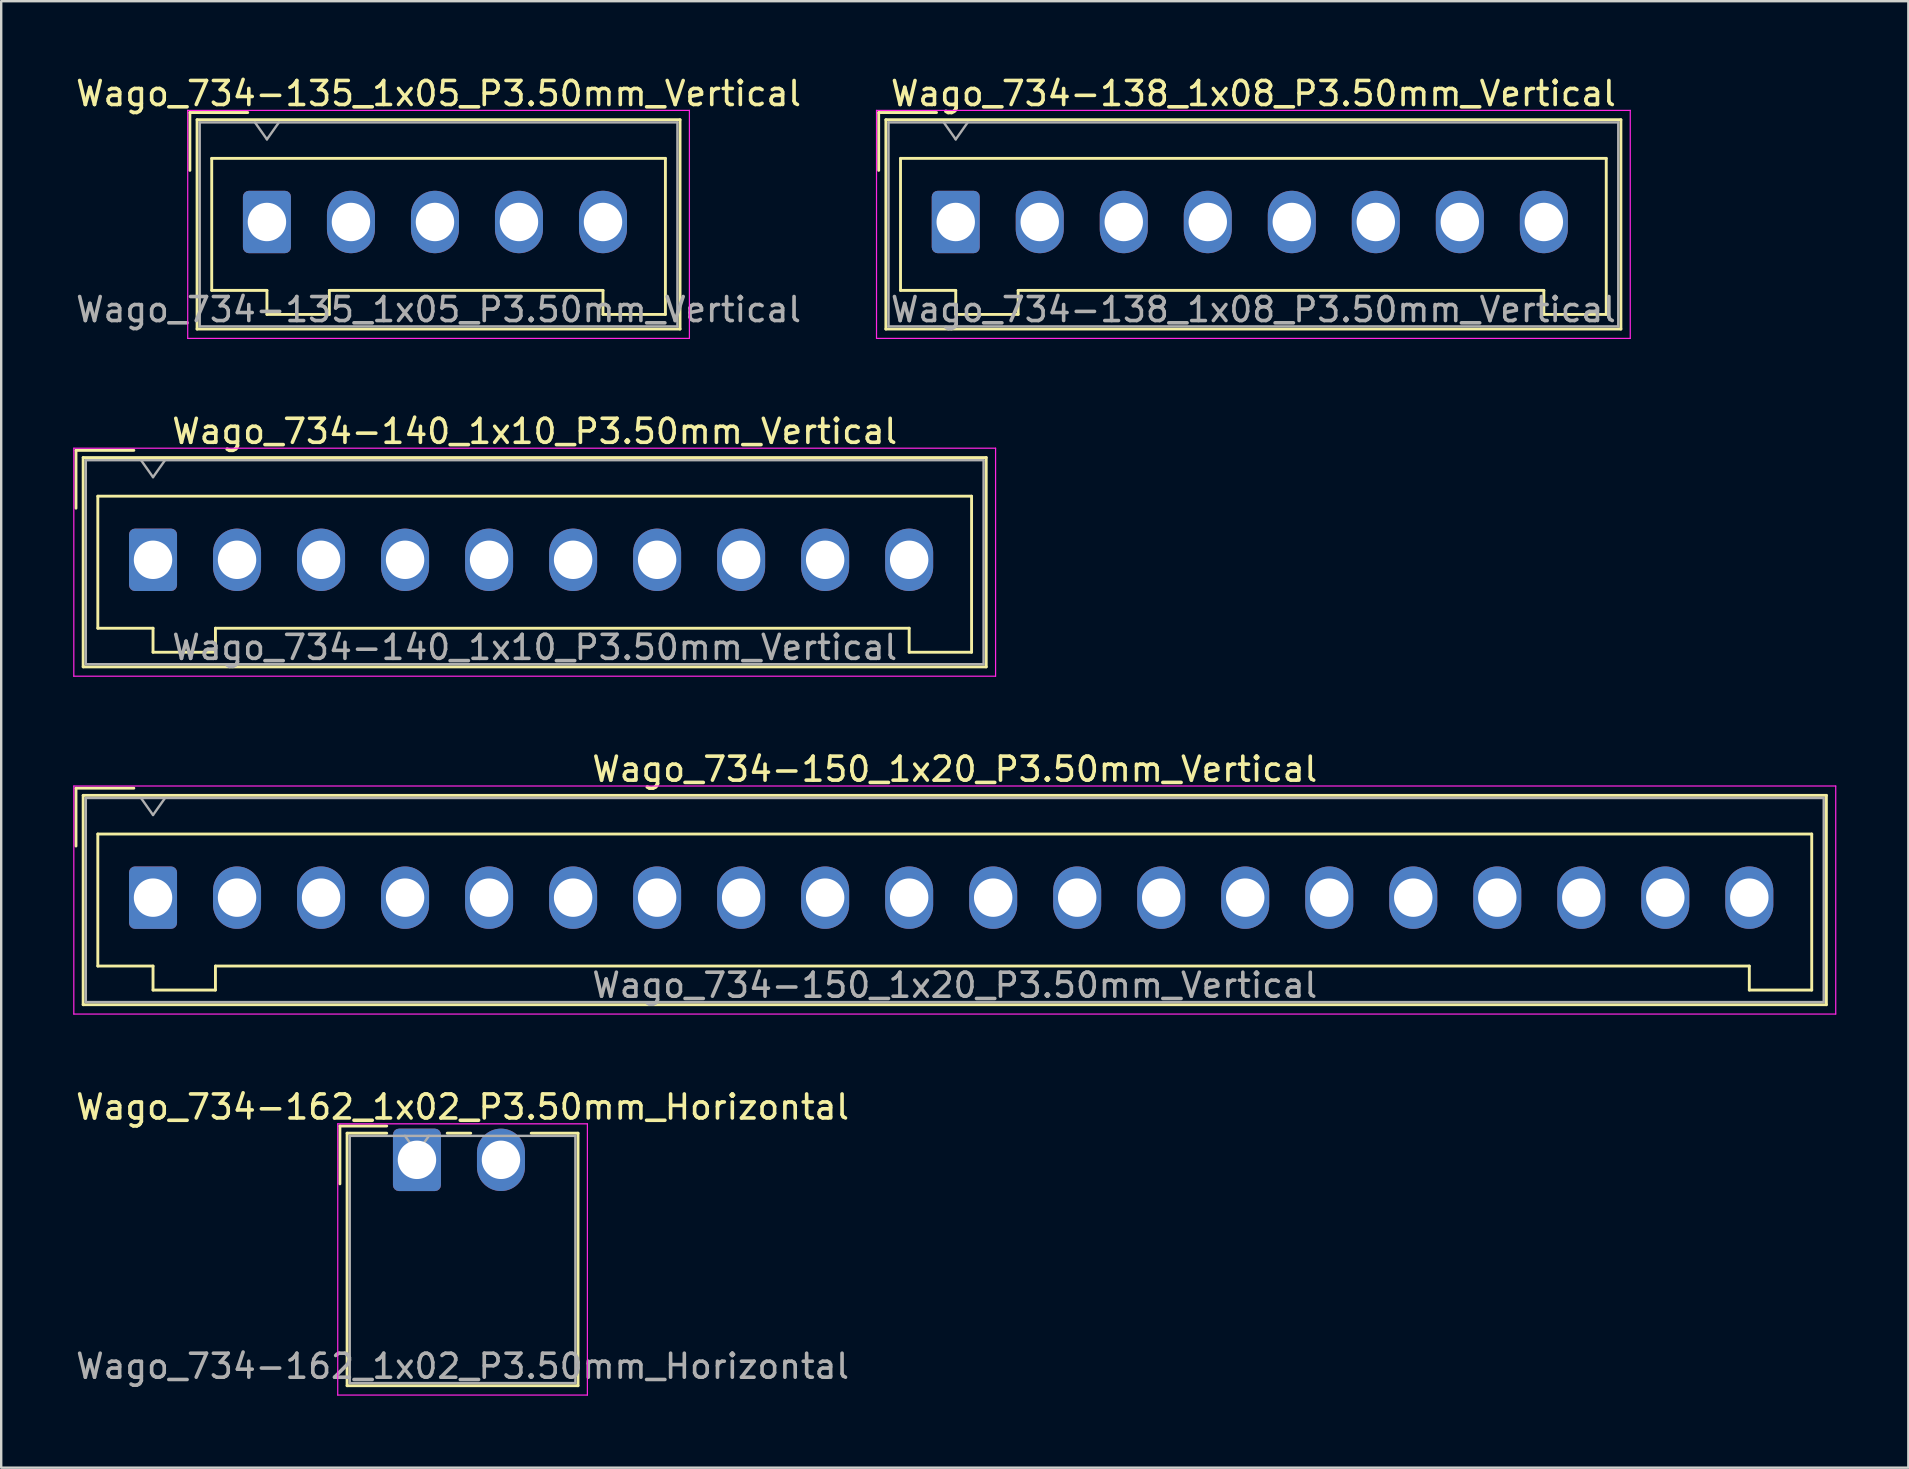
<source format=kicad_pcb>
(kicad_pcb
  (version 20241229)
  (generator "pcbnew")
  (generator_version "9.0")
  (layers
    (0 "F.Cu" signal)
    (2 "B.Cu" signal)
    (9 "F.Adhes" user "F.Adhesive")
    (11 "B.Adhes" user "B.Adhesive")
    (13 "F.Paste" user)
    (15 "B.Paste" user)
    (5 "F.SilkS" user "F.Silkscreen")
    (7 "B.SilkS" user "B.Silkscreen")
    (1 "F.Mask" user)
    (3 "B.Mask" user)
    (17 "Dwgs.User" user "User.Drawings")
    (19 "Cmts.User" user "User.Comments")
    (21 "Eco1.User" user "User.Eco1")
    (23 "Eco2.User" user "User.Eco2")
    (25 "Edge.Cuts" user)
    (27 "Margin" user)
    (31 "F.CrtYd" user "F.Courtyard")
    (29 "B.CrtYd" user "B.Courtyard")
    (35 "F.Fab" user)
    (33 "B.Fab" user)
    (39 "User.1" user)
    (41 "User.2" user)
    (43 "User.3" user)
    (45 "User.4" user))
  (footprint "Wago_734-162_1x02_P3.50mm_Horizontal"
    (layer "F.Cu")
    (at 14.32 45.268)
    (property "Reference" "Wago_734-162_1x02_P3.50mm_Horizontal" (at 1.9 -2.2 0) (layer "F.SilkS") (effects (font (size 1 1) (thickness 0.15))))
    (attr through_hole)
    (fp_line (start -3.21 -1.41) (end -1.26 -1.41) (stroke (width 0.12) (type solid)) (layer "F.SilkS"))
    (fp_line (start -3.21 1) (end -3.21 -1.41) (stroke (width 0.12) (type solid)) (layer "F.SilkS"))
    (fp_line (start -2.91 -1.11) (end -2.91 9.41) (stroke (width 0.12) (type solid)) (layer "F.SilkS"))
    (fp_line (start -2.91 9.41) (end 6.71 9.41) (stroke (width 0.12) (type solid)) (layer "F.SilkS"))
    (fp_line (start -1.26 -1.11) (end -2.91 -1.11) (stroke (width 0.12) (type solid)) (layer "F.SilkS"))
    (fp_line (start 1.26 -1.11) (end 2.24 -1.11) (stroke (width 0.12) (type solid)) (layer "F.SilkS"))
    (fp_line (start 6.71 -1.11) (end 4.76 -1.11) (stroke (width 0.12) (type solid)) (layer "F.SilkS"))
    (fp_line (start 6.71 9.41) (end 6.71 -1.11) (stroke (width 0.12) (type solid)) (layer "F.SilkS"))
    (fp_line (start -3.3 -1.5) (end -3.3 9.8) (stroke (width 0.05) (type solid)) (layer "F.CrtYd"))
    (fp_line (start -3.3 9.8) (end 7.1 9.8) (stroke (width 0.05) (type solid)) (layer "F.CrtYd"))
    (fp_line (start 7.1 -1.5) (end -3.3 -1.5) (stroke (width 0.05) (type solid)) (layer "F.CrtYd"))
    (fp_line (start 7.1 9.8) (end 7.1 -1.5) (stroke (width 0.05) (type solid)) (layer "F.CrtYd"))
    (fp_line (start -2.8 -1) (end -2.8 9.3) (stroke (width 0.1) (type solid)) (layer "F.Fab"))
    (fp_line (start -2.8 9.3) (end 6.6 9.3) (stroke (width 0.1) (type solid)) (layer "F.Fab"))
    (fp_line (start -0.5 -1) (end 0 -0.293) (stroke (width 0.1) (type solid)) (layer "F.Fab"))
    (fp_line (start 0 -0.293) (end 0.5 -1) (stroke (width 0.1) (type solid)) (layer "F.Fab"))
    (fp_line (start 6.6 -1) (end -2.8 -1) (stroke (width 0.1) (type solid)) (layer "F.Fab"))
    (fp_line (start 6.6 9.3) (end 6.6 -1) (stroke (width 0.1) (type solid)) (layer "F.Fab"))
    (fp_text user "${REFERENCE}" (at 1.9 8.6 0) (layer "F.Fab") (effects (font (size 1 1) (thickness 0.15))))
    (pad "1" thru_hole roundrect (at 0 0) (size 2 2.6) (drill 1.6) (layers "*.Cu" "*.Mask") (roundrect_rratio 0.125))
    (pad "2" thru_hole oval (at 3.5 0) (size 2 2.6) (drill 1.6) (layers "*.Cu" "*.Mask")))
  (footprint "Wago_734-140_1x10_P3.50mm_Vertical"
    (layer "F.Cu")
    (at 3.325 20.271)
    (property "Reference" "Wago_734-140_1x10_P3.50mm_Vertical" (at 15.9 -5.35 0) (layer "F.SilkS") (effects (font (size 1 1) (thickness 0.15))))
    (attr through_hole)
    (fp_line (start -3.21 -4.56) (end -0.8 -4.56) (stroke (width 0.12) (type solid)) (layer "F.SilkS"))
    (fp_line (start -3.21 -2.15) (end -3.21 -4.56) (stroke (width 0.12) (type solid)) (layer "F.SilkS"))
    (fp_line (start -2.91 -4.26) (end -2.91 4.46) (stroke (width 0.12) (type solid)) (layer "F.SilkS"))
    (fp_line (start -2.91 4.46) (end 34.71 4.46) (stroke (width 0.12) (type solid)) (layer "F.SilkS"))
    (fp_line (start -2.3 -2.65) (end -2.3 2.85) (stroke (width 0.12) (type solid)) (layer "F.SilkS"))
    (fp_line (start -2.3 2.85) (end 0 2.85) (stroke (width 0.12) (type solid)) (layer "F.SilkS"))
    (fp_line (start 0 2.85) (end 0 3.85) (stroke (width 0.12) (type solid)) (layer "F.SilkS"))
    (fp_line (start 0 3.85) (end 2.6 3.85) (stroke (width 0.12) (type solid)) (layer "F.SilkS"))
    (fp_line (start 2.6 2.85) (end 31.5 2.85) (stroke (width 0.12) (type solid)) (layer "F.SilkS"))
    (fp_line (start 2.6 3.85) (end 2.6 2.85) (stroke (width 0.12) (type solid)) (layer "F.SilkS"))
    (fp_line (start 31.5 2.85) (end 31.5 3.85) (stroke (width 0.12) (type solid)) (layer "F.SilkS"))
    (fp_line (start 31.5 3.85) (end 34.1 3.85) (stroke (width 0.12) (type solid)) (layer "F.SilkS"))
    (fp_line (start 34.1 -2.65) (end -2.3 -2.65) (stroke (width 0.12) (type solid)) (layer "F.SilkS"))
    (fp_line (start 34.1 3.85) (end 34.1 -2.65) (stroke (width 0.12) (type solid)) (layer "F.SilkS"))
    (fp_line (start 34.71 -4.26) (end -2.91 -4.26) (stroke (width 0.12) (type solid)) (layer "F.SilkS"))
    (fp_line (start 34.71 4.46) (end 34.71 -4.26) (stroke (width 0.12) (type solid)) (layer "F.SilkS"))
    (fp_line (start -3.3 -4.65) (end -3.3 4.85) (stroke (width 0.05) (type solid)) (layer "F.CrtYd"))
    (fp_line (start -3.3 4.85) (end 35.1 4.85) (stroke (width 0.05) (type solid)) (layer "F.CrtYd"))
    (fp_line (start 35.1 -4.65) (end -3.3 -4.65) (stroke (width 0.05) (type solid)) (layer "F.CrtYd"))
    (fp_line (start 35.1 4.85) (end 35.1 -4.65) (stroke (width 0.05) (type solid)) (layer "F.CrtYd"))
    (fp_line (start -2.8 -4.15) (end -2.8 4.35) (stroke (width 0.1) (type solid)) (layer "F.Fab"))
    (fp_line (start -2.8 4.35) (end 34.6 4.35) (stroke (width 0.1) (type solid)) (layer "F.Fab"))
    (fp_line (start -0.5 -4.15) (end 0 -3.443) (stroke (width 0.1) (type solid)) (layer "F.Fab"))
    (fp_line (start 0 -3.443) (end 0.5 -4.15) (stroke (width 0.1) (type solid)) (layer "F.Fab"))
    (fp_line (start 34.6 -4.15) (end -2.8 -4.15) (stroke (width 0.1) (type solid)) (layer "F.Fab"))
    (fp_line (start 34.6 4.35) (end 34.6 -4.15) (stroke (width 0.1) (type solid)) (layer "F.Fab"))
    (fp_text user "${REFERENCE}" (at 15.9 3.65 0) (layer "F.Fab") (effects (font (size 1 1) (thickness 0.15))))
    (pad "1" thru_hole roundrect (at 0 0) (size 2 2.6) (drill 1.6) (layers "*.Cu" "*.Mask") (roundrect_rratio 0.125))
    (pad "2" thru_hole oval (at 3.5 0) (size 2 2.6) (drill 1.6) (layers "*.Cu" "*.Mask"))
    (pad "3" thru_hole oval (at 7 0) (size 2 2.6) (drill 1.6) (layers "*.Cu" "*.Mask"))
    (pad "4" thru_hole oval (at 10.5 0) (size 2 2.6) (drill 1.6) (layers "*.Cu" "*.Mask"))
    (pad "5" thru_hole oval (at 14 0) (size 2 2.6) (drill 1.6) (layers "*.Cu" "*.Mask"))
    (pad "6" thru_hole oval (at 17.5 0) (size 2 2.6) (drill 1.6) (layers "*.Cu" "*.Mask"))
    (pad "7" thru_hole oval (at 21 0) (size 2 2.6) (drill 1.6) (layers "*.Cu" "*.Mask"))
    (pad "8" thru_hole oval (at 24.5 0) (size 2 2.6) (drill 1.6) (layers "*.Cu" "*.Mask"))
    (pad "9" thru_hole oval (at 28 0) (size 2 2.6) (drill 1.6) (layers "*.Cu" "*.Mask"))
    (pad "10" thru_hole oval (at 31.5 0) (size 2 2.6) (drill 1.6) (layers "*.Cu" "*.Mask")))
  (footprint "Wago_734-135_1x05_P3.50mm_Vertical"
    (layer "F.Cu")
    (at 8.07 6.198)
    (property "Reference" "Wago_734-135_1x05_P3.50mm_Vertical" (at 7.15 -5.35 0) (layer "F.SilkS") (effects (font (size 1 1) (thickness 0.15))))
    (attr through_hole)
    (fp_line (start -3.21 -4.56) (end -0.8 -4.56) (stroke (width 0.12) (type solid)) (layer "F.SilkS"))
    (fp_line (start -3.21 -2.15) (end -3.21 -4.56) (stroke (width 0.12) (type solid)) (layer "F.SilkS"))
    (fp_line (start -2.91 -4.26) (end -2.91 4.46) (stroke (width 0.12) (type solid)) (layer "F.SilkS"))
    (fp_line (start -2.91 4.46) (end 17.21 4.46) (stroke (width 0.12) (type solid)) (layer "F.SilkS"))
    (fp_line (start -2.3 -2.65) (end -2.3 2.85) (stroke (width 0.12) (type solid)) (layer "F.SilkS"))
    (fp_line (start -2.3 2.85) (end 0 2.85) (stroke (width 0.12) (type solid)) (layer "F.SilkS"))
    (fp_line (start 0 2.85) (end 0 3.85) (stroke (width 0.12) (type solid)) (layer "F.SilkS"))
    (fp_line (start 0 3.85) (end 2.6 3.85) (stroke (width 0.12) (type solid)) (layer "F.SilkS"))
    (fp_line (start 2.6 2.85) (end 14 2.85) (stroke (width 0.12) (type solid)) (layer "F.SilkS"))
    (fp_line (start 2.6 3.85) (end 2.6 2.85) (stroke (width 0.12) (type solid)) (layer "F.SilkS"))
    (fp_line (start 14 2.85) (end 14 3.85) (stroke (width 0.12) (type solid)) (layer "F.SilkS"))
    (fp_line (start 14 3.85) (end 16.6 3.85) (stroke (width 0.12) (type solid)) (layer "F.SilkS"))
    (fp_line (start 16.6 -2.65) (end -2.3 -2.65) (stroke (width 0.12) (type solid)) (layer "F.SilkS"))
    (fp_line (start 16.6 3.85) (end 16.6 -2.65) (stroke (width 0.12) (type solid)) (layer "F.SilkS"))
    (fp_line (start 17.21 -4.26) (end -2.91 -4.26) (stroke (width 0.12) (type solid)) (layer "F.SilkS"))
    (fp_line (start 17.21 4.46) (end 17.21 -4.26) (stroke (width 0.12) (type solid)) (layer "F.SilkS"))
    (fp_line (start -3.3 -4.65) (end -3.3 4.85) (stroke (width 0.05) (type solid)) (layer "F.CrtYd"))
    (fp_line (start -3.3 4.85) (end 17.6 4.85) (stroke (width 0.05) (type solid)) (layer "F.CrtYd"))
    (fp_line (start 17.6 -4.65) (end -3.3 -4.65) (stroke (width 0.05) (type solid)) (layer "F.CrtYd"))
    (fp_line (start 17.6 4.85) (end 17.6 -4.65) (stroke (width 0.05) (type solid)) (layer "F.CrtYd"))
    (fp_line (start -2.8 -4.15) (end -2.8 4.35) (stroke (width 0.1) (type solid)) (layer "F.Fab"))
    (fp_line (start -2.8 4.35) (end 17.1 4.35) (stroke (width 0.1) (type solid)) (layer "F.Fab"))
    (fp_line (start -0.5 -4.15) (end 0 -3.443) (stroke (width 0.1) (type solid)) (layer "F.Fab"))
    (fp_line (start 0 -3.443) (end 0.5 -4.15) (stroke (width 0.1) (type solid)) (layer "F.Fab"))
    (fp_line (start 17.1 -4.15) (end -2.8 -4.15) (stroke (width 0.1) (type solid)) (layer "F.Fab"))
    (fp_line (start 17.1 4.35) (end 17.1 -4.15) (stroke (width 0.1) (type solid)) (layer "F.Fab"))
    (fp_text user "${REFERENCE}" (at 7.15 3.65 0) (layer "F.Fab") (effects (font (size 1 1) (thickness 0.15))))
    (pad "1" thru_hole roundrect (at 0 0) (size 2 2.6) (drill 1.6) (layers "*.Cu" "*.Mask") (roundrect_rratio 0.125))
    (pad "2" thru_hole oval (at 3.5 0) (size 2 2.6) (drill 1.6) (layers "*.Cu" "*.Mask"))
    (pad "3" thru_hole oval (at 7 0) (size 2 2.6) (drill 1.6) (layers "*.Cu" "*.Mask"))
    (pad "4" thru_hole oval (at 10.5 0) (size 2 2.6) (drill 1.6) (layers "*.Cu" "*.Mask"))
    (pad "5" thru_hole oval (at 14 0) (size 2 2.6) (drill 1.6) (layers "*.Cu" "*.Mask")))
  (footprint "Wago_734-138_1x08_P3.50mm_Vertical"
    (layer "F.Cu")
    (at 36.765 6.198)
    (property "Reference" "Wago_734-138_1x08_P3.50mm_Vertical" (at 12.4 -5.35 0) (layer "F.SilkS") (effects (font (size 1 1) (thickness 0.15))))
    (attr through_hole)
    (fp_line (start -3.21 -4.56) (end -0.8 -4.56) (stroke (width 0.12) (type solid)) (layer "F.SilkS"))
    (fp_line (start -3.21 -2.15) (end -3.21 -4.56) (stroke (width 0.12) (type solid)) (layer "F.SilkS"))
    (fp_line (start -2.91 -4.26) (end -2.91 4.46) (stroke (width 0.12) (type solid)) (layer "F.SilkS"))
    (fp_line (start -2.91 4.46) (end 27.71 4.46) (stroke (width 0.12) (type solid)) (layer "F.SilkS"))
    (fp_line (start -2.3 -2.65) (end -2.3 2.85) (stroke (width 0.12) (type solid)) (layer "F.SilkS"))
    (fp_line (start -2.3 2.85) (end 0 2.85) (stroke (width 0.12) (type solid)) (layer "F.SilkS"))
    (fp_line (start 0 2.85) (end 0 3.85) (stroke (width 0.12) (type solid)) (layer "F.SilkS"))
    (fp_line (start 0 3.85) (end 2.6 3.85) (stroke (width 0.12) (type solid)) (layer "F.SilkS"))
    (fp_line (start 2.6 2.85) (end 24.5 2.85) (stroke (width 0.12) (type solid)) (layer "F.SilkS"))
    (fp_line (start 2.6 3.85) (end 2.6 2.85) (stroke (width 0.12) (type solid)) (layer "F.SilkS"))
    (fp_line (start 24.5 2.85) (end 24.5 3.85) (stroke (width 0.12) (type solid)) (layer "F.SilkS"))
    (fp_line (start 24.5 3.85) (end 27.1 3.85) (stroke (width 0.12) (type solid)) (layer "F.SilkS"))
    (fp_line (start 27.1 -2.65) (end -2.3 -2.65) (stroke (width 0.12) (type solid)) (layer "F.SilkS"))
    (fp_line (start 27.1 3.85) (end 27.1 -2.65) (stroke (width 0.12) (type solid)) (layer "F.SilkS"))
    (fp_line (start 27.71 -4.26) (end -2.91 -4.26) (stroke (width 0.12) (type solid)) (layer "F.SilkS"))
    (fp_line (start 27.71 4.46) (end 27.71 -4.26) (stroke (width 0.12) (type solid)) (layer "F.SilkS"))
    (fp_line (start -3.3 -4.65) (end -3.3 4.85) (stroke (width 0.05) (type solid)) (layer "F.CrtYd"))
    (fp_line (start -3.3 4.85) (end 28.1 4.85) (stroke (width 0.05) (type solid)) (layer "F.CrtYd"))
    (fp_line (start 28.1 -4.65) (end -3.3 -4.65) (stroke (width 0.05) (type solid)) (layer "F.CrtYd"))
    (fp_line (start 28.1 4.85) (end 28.1 -4.65) (stroke (width 0.05) (type solid)) (layer "F.CrtYd"))
    (fp_line (start -2.8 -4.15) (end -2.8 4.35) (stroke (width 0.1) (type solid)) (layer "F.Fab"))
    (fp_line (start -2.8 4.35) (end 27.6 4.35) (stroke (width 0.1) (type solid)) (layer "F.Fab"))
    (fp_line (start -0.5 -4.15) (end 0 -3.443) (stroke (width 0.1) (type solid)) (layer "F.Fab"))
    (fp_line (start 0 -3.443) (end 0.5 -4.15) (stroke (width 0.1) (type solid)) (layer "F.Fab"))
    (fp_line (start 27.6 -4.15) (end -2.8 -4.15) (stroke (width 0.1) (type solid)) (layer "F.Fab"))
    (fp_line (start 27.6 4.35) (end 27.6 -4.15) (stroke (width 0.1) (type solid)) (layer "F.Fab"))
    (fp_text user "${REFERENCE}" (at 12.4 3.65 0) (layer "F.Fab") (effects (font (size 1 1) (thickness 0.15))))
    (pad "1" thru_hole roundrect (at 0 0) (size 2 2.6) (drill 1.6) (layers "*.Cu" "*.Mask") (roundrect_rratio 0.125))
    (pad "2" thru_hole oval (at 3.5 0) (size 2 2.6) (drill 1.6) (layers "*.Cu" "*.Mask"))
    (pad "3" thru_hole oval (at 7 0) (size 2 2.6) (drill 1.6) (layers "*.Cu" "*.Mask"))
    (pad "4" thru_hole oval (at 10.5 0) (size 2 2.6) (drill 1.6) (layers "*.Cu" "*.Mask"))
    (pad "5" thru_hole oval (at 14 0) (size 2 2.6) (drill 1.6) (layers "*.Cu" "*.Mask"))
    (pad "6" thru_hole oval (at 17.5 0) (size 2 2.6) (drill 1.6) (layers "*.Cu" "*.Mask"))
    (pad "7" thru_hole oval (at 21 0) (size 2 2.6) (drill 1.6) (layers "*.Cu" "*.Mask"))
    (pad "8" thru_hole oval (at 24.5 0) (size 2 2.6) (drill 1.6) (layers "*.Cu" "*.Mask")))
  (footprint "Wago_734-150_1x20_P3.50mm_Vertical"
    (layer "F.Cu")
    (at 3.325 34.345)
    (property "Reference" "Wago_734-150_1x20_P3.50mm_Vertical" (at 33.4 -5.35 0) (layer "F.SilkS") (effects (font (size 1 1) (thickness 0.15))))
    (attr through_hole)
    (fp_line (start -3.21 -4.56) (end -0.8 -4.56) (stroke (width 0.12) (type solid)) (layer "F.SilkS"))
    (fp_line (start -3.21 -2.15) (end -3.21 -4.56) (stroke (width 0.12) (type solid)) (layer "F.SilkS"))
    (fp_line (start -2.91 -4.26) (end -2.91 4.46) (stroke (width 0.12) (type solid)) (layer "F.SilkS"))
    (fp_line (start -2.91 4.46) (end 69.71 4.46) (stroke (width 0.12) (type solid)) (layer "F.SilkS"))
    (fp_line (start -2.3 -2.65) (end -2.3 2.85) (stroke (width 0.12) (type solid)) (layer "F.SilkS"))
    (fp_line (start -2.3 2.85) (end 0 2.85) (stroke (width 0.12) (type solid)) (layer "F.SilkS"))
    (fp_line (start 0 2.85) (end 0 3.85) (stroke (width 0.12) (type solid)) (layer "F.SilkS"))
    (fp_line (start 0 3.85) (end 2.6 3.85) (stroke (width 0.12) (type solid)) (layer "F.SilkS"))
    (fp_line (start 2.6 2.85) (end 66.5 2.85) (stroke (width 0.12) (type solid)) (layer "F.SilkS"))
    (fp_line (start 2.6 3.85) (end 2.6 2.85) (stroke (width 0.12) (type solid)) (layer "F.SilkS"))
    (fp_line (start 66.5 2.85) (end 66.5 3.85) (stroke (width 0.12) (type solid)) (layer "F.SilkS"))
    (fp_line (start 66.5 3.85) (end 69.1 3.85) (stroke (width 0.12) (type solid)) (layer "F.SilkS"))
    (fp_line (start 69.1 -2.65) (end -2.3 -2.65) (stroke (width 0.12) (type solid)) (layer "F.SilkS"))
    (fp_line (start 69.1 3.85) (end 69.1 -2.65) (stroke (width 0.12) (type solid)) (layer "F.SilkS"))
    (fp_line (start 69.71 -4.26) (end -2.91 -4.26) (stroke (width 0.12) (type solid)) (layer "F.SilkS"))
    (fp_line (start 69.71 4.46) (end 69.71 -4.26) (stroke (width 0.12) (type solid)) (layer "F.SilkS"))
    (fp_line (start -3.3 -4.65) (end -3.3 4.85) (stroke (width 0.05) (type solid)) (layer "F.CrtYd"))
    (fp_line (start -3.3 4.85) (end 70.1 4.85) (stroke (width 0.05) (type solid)) (layer "F.CrtYd"))
    (fp_line (start 70.1 -4.65) (end -3.3 -4.65) (stroke (width 0.05) (type solid)) (layer "F.CrtYd"))
    (fp_line (start 70.1 4.85) (end 70.1 -4.65) (stroke (width 0.05) (type solid)) (layer "F.CrtYd"))
    (fp_line (start -2.8 -4.15) (end -2.8 4.35) (stroke (width 0.1) (type solid)) (layer "F.Fab"))
    (fp_line (start -2.8 4.35) (end 69.6 4.35) (stroke (width 0.1) (type solid)) (layer "F.Fab"))
    (fp_line (start -0.5 -4.15) (end 0 -3.443) (stroke (width 0.1) (type solid)) (layer "F.Fab"))
    (fp_line (start 0 -3.443) (end 0.5 -4.15) (stroke (width 0.1) (type solid)) (layer "F.Fab"))
    (fp_line (start 69.6 -4.15) (end -2.8 -4.15) (stroke (width 0.1) (type solid)) (layer "F.Fab"))
    (fp_line (start 69.6 4.35) (end 69.6 -4.15) (stroke (width 0.1) (type solid)) (layer "F.Fab"))
    (fp_text user "${REFERENCE}" (at 33.4 3.65 0) (layer "F.Fab") (effects (font (size 1 1) (thickness 0.15))))
    (pad "1" thru_hole roundrect (at 0 0) (size 2 2.6) (drill 1.6) (layers "*.Cu" "*.Mask") (roundrect_rratio 0.125))
    (pad "2" thru_hole oval (at 3.5 0) (size 2 2.6) (drill 1.6) (layers "*.Cu" "*.Mask"))
    (pad "3" thru_hole oval (at 7 0) (size 2 2.6) (drill 1.6) (layers "*.Cu" "*.Mask"))
    (pad "4" thru_hole oval (at 10.5 0) (size 2 2.6) (drill 1.6) (layers "*.Cu" "*.Mask"))
    (pad "5" thru_hole oval (at 14 0) (size 2 2.6) (drill 1.6) (layers "*.Cu" "*.Mask"))
    (pad "6" thru_hole oval (at 17.5 0) (size 2 2.6) (drill 1.6) (layers "*.Cu" "*.Mask"))
    (pad "7" thru_hole oval (at 21 0) (size 2 2.6) (drill 1.6) (layers "*.Cu" "*.Mask"))
    (pad "8" thru_hole oval (at 24.5 0) (size 2 2.6) (drill 1.6) (layers "*.Cu" "*.Mask"))
    (pad "9" thru_hole oval (at 28 0) (size 2 2.6) (drill 1.6) (layers "*.Cu" "*.Mask"))
    (pad "10" thru_hole oval (at 31.5 0) (size 2 2.6) (drill 1.6) (layers "*.Cu" "*.Mask"))
    (pad "11" thru_hole oval (at 35 0) (size 2 2.6) (drill 1.6) (layers "*.Cu" "*.Mask"))
    (pad "12" thru_hole oval (at 38.5 0) (size 2 2.6) (drill 1.6) (layers "*.Cu" "*.Mask"))
    (pad "13" thru_hole oval (at 42 0) (size 2 2.6) (drill 1.6) (layers "*.Cu" "*.Mask"))
    (pad "14" thru_hole oval (at 45.5 0) (size 2 2.6) (drill 1.6) (layers "*.Cu" "*.Mask"))
    (pad "15" thru_hole oval (at 49 0) (size 2 2.6) (drill 1.6) (layers "*.Cu" "*.Mask"))
    (pad "16" thru_hole oval (at 52.5 0) (size 2 2.6) (drill 1.6) (layers "*.Cu" "*.Mask"))
    (pad "17" thru_hole oval (at 56 0) (size 2 2.6) (drill 1.6) (layers "*.Cu" "*.Mask"))
    (pad "18" thru_hole oval (at 59.5 0) (size 2 2.6) (drill 1.6) (layers "*.Cu" "*.Mask"))
    (pad "19" thru_hole oval (at 63 0) (size 2 2.6) (drill 1.6) (layers "*.Cu" "*.Mask"))
    (pad "20" thru_hole oval (at 66.5 0) (size 2 2.6) (drill 1.6) (layers "*.Cu" "*.Mask")))
  (gr_rect
    (start -3 -3)
    (end 76.45 58.093)
    (stroke (width 0.1) (type default))
    (fill no)
    (layer "Edge.Cuts")))
</source>
